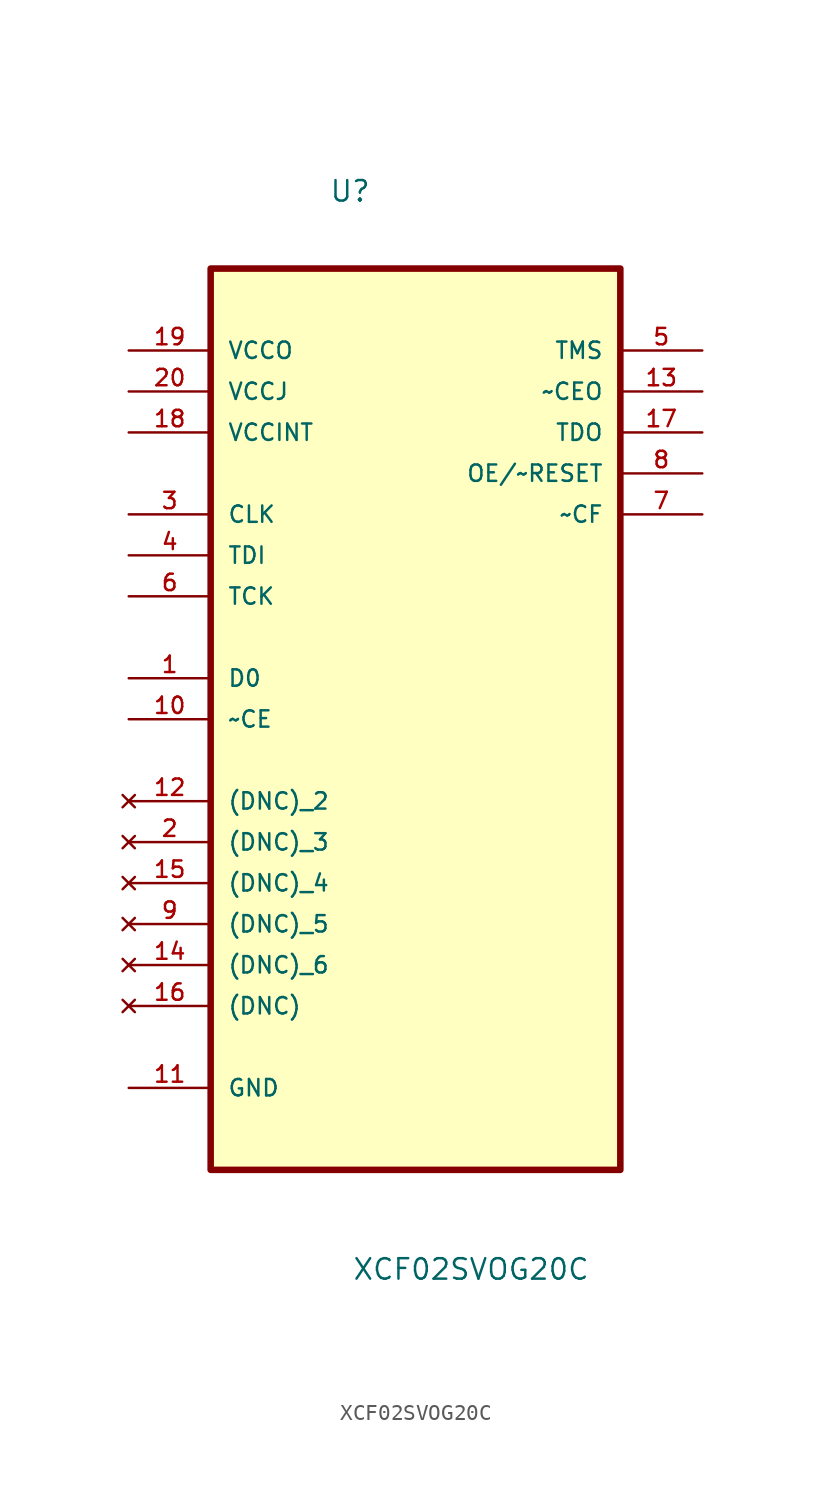
<source format=kicad_sym>
(kicad_symbol_lib
  (version 20211014)
  (generator kicad_symbol_editor)
  (symbol "XCF02SVOG20C"
    (pin_names
      (offset 1.016))
    (property "Reference" "U"
      (at -5.362 29.454 0.0)
      (effects (font (size 1.27 1.27)) (justify bottom left)))
    (property "Value" "XCF02SVOG20C"
      (at -3.94 -37.389 0.0)
      (effects (font (size 1.27 1.27)) (justify bottom left)))
    (symbol "XCF02SVOG20C_0_0"
      (rectangle (start -12.7 -30.48) (end 12.7 25.4) (stroke (width 0.406)) (fill (type background)))
      (pin power_in line (at -17.78 20.32 0) (length 5.08) (name "VCCO" (effects (font (size 1.016 1.016)))) (number "19" (effects (font (size 1.016 1.016)))))
      (pin power_in line (at -17.78 17.78 0) (length 5.08) (name "VCCJ" (effects (font (size 1.016 1.016)))) (number "20" (effects (font (size 1.016 1.016)))))
      (pin power_in line (at -17.78 15.24 0) (length 5.08) (name "VCCINT" (effects (font (size 1.016 1.016)))) (number "18" (effects (font (size 1.016 1.016)))))
      (pin input line (at -17.78 10.16 0) (length 5.08) (name "CLK" (effects (font (size 1.016 1.016)))) (number "3" (effects (font (size 1.016 1.016)))))
      (pin input line (at -17.78 7.62 0) (length 5.08) (name "TDI" (effects (font (size 1.016 1.016)))) (number "4" (effects (font (size 1.016 1.016)))))
      (pin input line (at -17.78 5.08 0) (length 5.08) (name "TCK" (effects (font (size 1.016 1.016)))) (number "6" (effects (font (size 1.016 1.016)))))
      (pin input line (at -17.78 0.0 0) (length 5.08) (name "D0" (effects (font (size 1.016 1.016)))) (number "1" (effects (font (size 1.016 1.016)))))
      (pin input line (at -17.78 -2.54 0) (length 5.08) (name "~CE" (effects (font (size 1.016 1.016)))) (number "10" (effects (font (size 1.016 1.016)))))
      (pin no_connect line (at -17.78 -7.62 0) (length 5.08) (name "(DNC)_2" (effects (font (size 1.016 1.016)))) (number "12" (effects (font (size 1.016 1.016)))))
      (pin no_connect line (at -17.78 -10.16 0) (length 5.08) (name "(DNC)_3" (effects (font (size 1.016 1.016)))) (number "2" (effects (font (size 1.016 1.016)))))
      (pin no_connect line (at -17.78 -12.7 0) (length 5.08) (name "(DNC)_4" (effects (font (size 1.016 1.016)))) (number "15" (effects (font (size 1.016 1.016)))))
      (pin no_connect line (at -17.78 -15.24 0) (length 5.08) (name "(DNC)_5" (effects (font (size 1.016 1.016)))) (number "9" (effects (font (size 1.016 1.016)))))
      (pin no_connect line (at -17.78 -17.78 0) (length 5.08) (name "(DNC)_6" (effects (font (size 1.016 1.016)))) (number "14" (effects (font (size 1.016 1.016)))))
      (pin no_connect line (at -17.78 -20.32 0) (length 5.08) (name "(DNC)" (effects (font (size 1.016 1.016)))) (number "16" (effects (font (size 1.016 1.016)))))
      (pin passive line (at -17.78 -25.4 0) (length 5.08) (name "GND" (effects (font (size 1.016 1.016)))) (number "11" (effects (font (size 1.016 1.016)))))
      (pin input line (at 17.78 20.32 180.0) (length 5.08) (name "TMS" (effects (font (size 1.016 1.016)))) (number "5" (effects (font (size 1.016 1.016)))))
      (pin output line (at 17.78 17.78 180.0) (length 5.08) (name "~CEO" (effects (font (size 1.016 1.016)))) (number "13" (effects (font (size 1.016 1.016)))))
      (pin output line (at 17.78 15.24 180.0) (length 5.08) (name "TDO" (effects (font (size 1.016 1.016)))) (number "17" (effects (font (size 1.016 1.016)))))
      (pin bidirectional line (at 17.78 12.7 180.0) (length 5.08) (name "OE/~RESET" (effects (font (size 1.016 1.016)))) (number "8" (effects (font (size 1.016 1.016)))))
      (pin bidirectional line (at 17.78 10.16 180.0) (length 5.08) (name "~CF" (effects (font (size 1.016 1.016)))) (number "7" (effects (font (size 1.016 1.016))))))))
</source>
